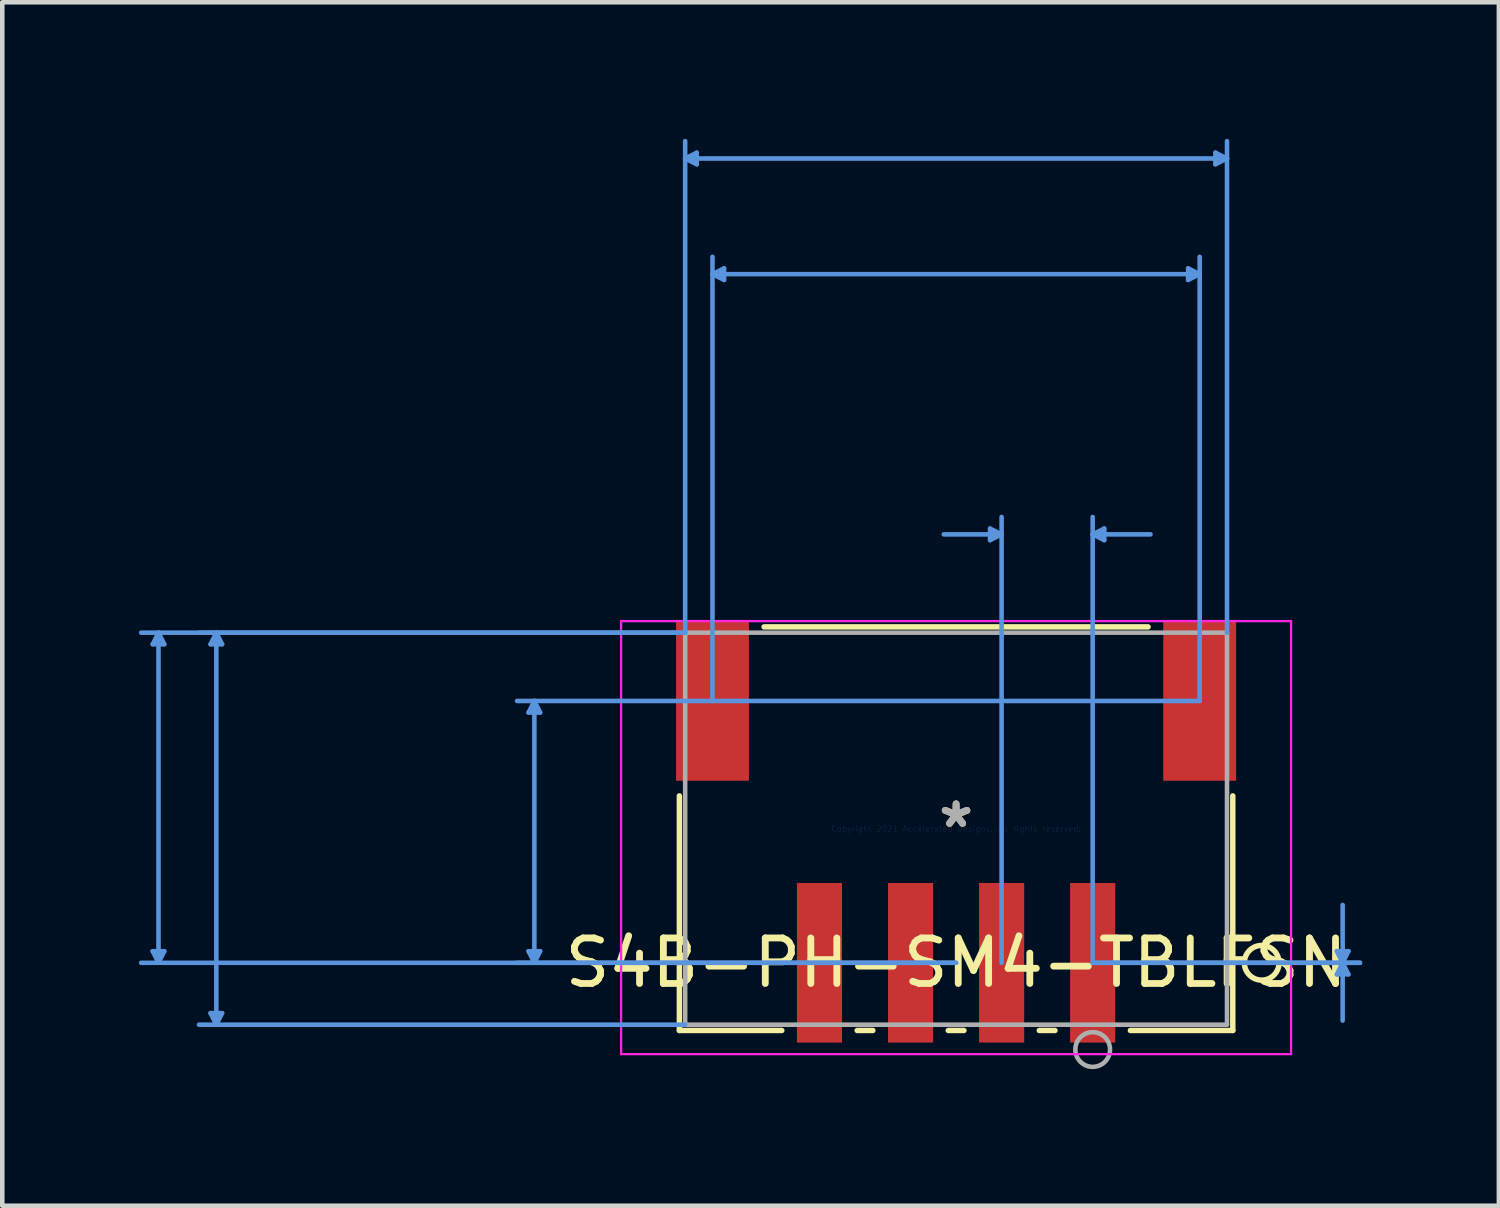
<source format=kicad_pcb>
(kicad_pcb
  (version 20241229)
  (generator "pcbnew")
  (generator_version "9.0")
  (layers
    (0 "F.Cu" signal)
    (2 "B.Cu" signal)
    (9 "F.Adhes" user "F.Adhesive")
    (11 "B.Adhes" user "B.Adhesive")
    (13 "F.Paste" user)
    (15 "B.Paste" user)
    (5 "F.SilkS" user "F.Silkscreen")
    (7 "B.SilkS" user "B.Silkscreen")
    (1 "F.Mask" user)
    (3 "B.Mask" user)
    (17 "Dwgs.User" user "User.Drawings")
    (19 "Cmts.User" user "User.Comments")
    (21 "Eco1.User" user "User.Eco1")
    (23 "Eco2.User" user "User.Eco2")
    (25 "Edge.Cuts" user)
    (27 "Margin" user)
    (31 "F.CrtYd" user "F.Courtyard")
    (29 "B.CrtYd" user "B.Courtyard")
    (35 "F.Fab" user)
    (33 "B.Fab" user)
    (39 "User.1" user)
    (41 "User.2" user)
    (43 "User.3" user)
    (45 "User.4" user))
  (footprint "S4B-PH-SM4-TBLFSN"
    (layer "F.Cu")
    (at 17.948 15.15)
    (property "Reference" "S4B-PH-SM4-TBLFSN" (at 0.000001 2.945 0) (layer "F.SilkS") (effects (font (size 1 1) (thickness 0.15))))
    (attr through_hole)
    (fp_line (start -6.077 -0.72) (end -6.077 4.432) (stroke (width 0.12) (type solid)) (layer "F.SilkS"))
    (fp_line (start -6.077 4.432) (end -3.828 4.432) (stroke (width 0.12) (type solid)) (layer "F.SilkS"))
    (fp_line (start -2.172 4.432) (end -1.828 4.432) (stroke (width 0.12) (type solid)) (layer "F.SilkS"))
    (fp_line (start -0.172 4.432) (end 0.172 4.432) (stroke (width 0.12) (type solid)) (layer "F.SilkS"))
    (fp_line (start 1.828 4.432) (end 2.172 4.432) (stroke (width 0.12) (type solid)) (layer "F.SilkS"))
    (fp_line (start 3.828 4.432) (end 6.077 4.432) (stroke (width 0.12) (type solid)) (layer "F.SilkS"))
    (fp_line (start 4.217 -4.432) (end -4.217 -4.432) (stroke (width 0.12) (type solid)) (layer "F.SilkS"))
    (fp_line (start 6.077 4.432) (end 6.077 -0.72) (stroke (width 0.12) (type solid)) (layer "F.SilkS"))
    (fp_circle (center 6.712 2.945) (end 7.093 2.945) (stroke (width 0.12) (type solid)) (fill no) (layer "F.SilkS"))
    (fp_line (start -17.644 -4.051) (end -17.39 -4.051) (stroke (width 0.1) (type solid)) (layer "Cmts.User"))
    (fp_line (start -17.644 2.691) (end -17.39 2.691) (stroke (width 0.1) (type solid)) (layer "Cmts.User"))
    (fp_line (start -17.517 -4.305) (end -17.644 -4.051) (stroke (width 0.1) (type solid)) (layer "Cmts.User"))
    (fp_line (start -17.517 -4.305) (end -17.517 2.945) (stroke (width 0.1) (type solid)) (layer "Cmts.User"))
    (fp_line (start -17.517 -4.305) (end -17.39 -4.051) (stroke (width 0.1) (type solid)) (layer "Cmts.User"))
    (fp_line (start -17.517 2.945) (end -17.644 2.691) (stroke (width 0.1) (type solid)) (layer "Cmts.User"))
    (fp_line (start -17.517 2.945) (end -17.39 2.691) (stroke (width 0.1) (type solid)) (layer "Cmts.User"))
    (fp_line (start -16.374 -4.051) (end -16.12 -4.051) (stroke (width 0.1) (type solid)) (layer "Cmts.User"))
    (fp_line (start -16.374 4.051) (end -16.12 4.051) (stroke (width 0.1) (type solid)) (layer "Cmts.User"))
    (fp_line (start -16.247 -4.305) (end -16.374 -4.051) (stroke (width 0.1) (type solid)) (layer "Cmts.User"))
    (fp_line (start -16.247 -4.305) (end -16.247 4.305) (stroke (width 0.1) (type solid)) (layer "Cmts.User"))
    (fp_line (start -16.247 -4.305) (end -16.12 -4.051) (stroke (width 0.1) (type solid)) (layer "Cmts.User"))
    (fp_line (start -16.247 4.305) (end -16.374 4.051) (stroke (width 0.1) (type solid)) (layer "Cmts.User"))
    (fp_line (start -16.247 4.305) (end -16.12 4.051) (stroke (width 0.1) (type solid)) (layer "Cmts.User"))
    (fp_line (start -9.389 -2.551) (end -9.135 -2.551) (stroke (width 0.1) (type solid)) (layer "Cmts.User"))
    (fp_line (start -9.389 2.691) (end -9.135 2.691) (stroke (width 0.1) (type solid)) (layer "Cmts.User"))
    (fp_line (start -9.262 -2.805) (end -9.389 -2.551) (stroke (width 0.1) (type solid)) (layer "Cmts.User"))
    (fp_line (start -9.262 -2.805) (end -9.262 2.945) (stroke (width 0.1) (type solid)) (layer "Cmts.User"))
    (fp_line (start -9.262 -2.805) (end -9.135 -2.551) (stroke (width 0.1) (type solid)) (layer "Cmts.User"))
    (fp_line (start -9.262 2.945) (end -9.389 2.691) (stroke (width 0.1) (type solid)) (layer "Cmts.User"))
    (fp_line (start -9.262 2.945) (end -9.135 2.691) (stroke (width 0.1) (type solid)) (layer "Cmts.User"))
    (fp_line (start -5.95 -14.719) (end -5.696 -14.846) (stroke (width 0.1) (type solid)) (layer "Cmts.User"))
    (fp_line (start -5.95 -14.719) (end -5.696 -14.592) (stroke (width 0.1) (type solid)) (layer "Cmts.User"))
    (fp_line (start -5.95 -14.719) (end 5.95 -14.719) (stroke (width 0.1) (type solid)) (layer "Cmts.User"))
    (fp_line (start -5.95 -4.305) (end -17.898 -4.305) (stroke (width 0.1) (type solid)) (layer "Cmts.User"))
    (fp_line (start -5.95 -4.305) (end -16.628 -4.305) (stroke (width 0.1) (type solid)) (layer "Cmts.User"))
    (fp_line (start -5.95 -4.305) (end -5.95 -15.1) (stroke (width 0.1) (type solid)) (layer "Cmts.User"))
    (fp_line (start -5.95 4.305) (end -16.628 4.305) (stroke (width 0.1) (type solid)) (layer "Cmts.User"))
    (fp_line (start -5.696 -14.846) (end -5.696 -14.592) (stroke (width 0.1) (type solid)) (layer "Cmts.User"))
    (fp_line (start -5.35 -12.179) (end -5.096 -12.306) (stroke (width 0.1) (type solid)) (layer "Cmts.User"))
    (fp_line (start -5.35 -12.179) (end -5.096 -12.052) (stroke (width 0.1) (type solid)) (layer "Cmts.User"))
    (fp_line (start -5.35 -12.179) (end 5.35 -12.179) (stroke (width 0.1) (type solid)) (layer "Cmts.User"))
    (fp_line (start -5.35 -2.805) (end -5.35 -12.56) (stroke (width 0.1) (type solid)) (layer "Cmts.User"))
    (fp_line (start -5.096 -12.306) (end -5.096 -12.052) (stroke (width 0.1) (type solid)) (layer "Cmts.User"))
    (fp_line (start 0.000001 2.945) (end -17.898 2.945) (stroke (width 0.1) (type solid)) (layer "Cmts.User"))
    (fp_line (start 0.000001 2.945) (end -9.643 2.945) (stroke (width 0.1) (type solid)) (layer "Cmts.User"))
    (fp_line (start 0.746 -6.591) (end 0.746 -6.337) (stroke (width 0.1) (type solid)) (layer "Cmts.User"))
    (fp_line (start 1 -6.464) (end -0.27 -6.464) (stroke (width 0.1) (type solid)) (layer "Cmts.User"))
    (fp_line (start 1 -6.464) (end 0.746 -6.591) (stroke (width 0.1) (type solid)) (layer "Cmts.User"))
    (fp_line (start 1 -6.464) (end 0.746 -6.337) (stroke (width 0.1) (type solid)) (layer "Cmts.User"))
    (fp_line (start 1 2.945) (end 1 -6.845) (stroke (width 0.1) (type solid)) (layer "Cmts.User"))
    (fp_line (start 3 -6.464) (end 3.254 -6.591) (stroke (width 0.1) (type solid)) (layer "Cmts.User"))
    (fp_line (start 3 -6.464) (end 3.254 -6.337) (stroke (width 0.1) (type solid)) (layer "Cmts.User"))
    (fp_line (start 3 -6.464) (end 4.27 -6.464) (stroke (width 0.1) (type solid)) (layer "Cmts.User"))
    (fp_line (start 3 2.945) (end 3 -6.845) (stroke (width 0.1) (type solid)) (layer "Cmts.User"))
    (fp_line (start 3 2.945) (end 8.871 2.945) (stroke (width 0.1) (type solid)) (layer "Cmts.User"))
    (fp_line (start 3 2.945) (end 8.871 2.945) (stroke (width 0.1) (type solid)) (layer "Cmts.User"))
    (fp_line (start 3.254 -6.591) (end 3.254 -6.337) (stroke (width 0.1) (type solid)) (layer "Cmts.User"))
    (fp_line (start 5.096 -12.306) (end 5.096 -12.052) (stroke (width 0.1) (type solid)) (layer "Cmts.User"))
    (fp_line (start 5.35 -12.179) (end 5.096 -12.306) (stroke (width 0.1) (type solid)) (layer "Cmts.User"))
    (fp_line (start 5.35 -12.179) (end 5.096 -12.052) (stroke (width 0.1) (type solid)) (layer "Cmts.User"))
    (fp_line (start 5.35 -2.805) (end -9.643 -2.805) (stroke (width 0.1) (type solid)) (layer "Cmts.User"))
    (fp_line (start 5.35 -2.805) (end 5.35 -12.56) (stroke (width 0.1) (type solid)) (layer "Cmts.User"))
    (fp_line (start 5.696 -14.846) (end 5.696 -14.592) (stroke (width 0.1) (type solid)) (layer "Cmts.User"))
    (fp_line (start 5.95 -14.719) (end 5.696 -14.846) (stroke (width 0.1) (type solid)) (layer "Cmts.User"))
    (fp_line (start 5.95 -14.719) (end 5.696 -14.592) (stroke (width 0.1) (type solid)) (layer "Cmts.User"))
    (fp_line (start 5.95 -4.305) (end 5.95 -15.1) (stroke (width 0.1) (type solid)) (layer "Cmts.User"))
    (fp_line (start 8.363 2.691) (end 8.617 2.691) (stroke (width 0.1) (type solid)) (layer "Cmts.User"))
    (fp_line (start 8.363 3.199) (end 8.617 3.199) (stroke (width 0.1) (type solid)) (layer "Cmts.User"))
    (fp_line (start 8.49 2.945) (end 8.363 2.691) (stroke (width 0.1) (type solid)) (layer "Cmts.User"))
    (fp_line (start 8.49 2.945) (end 8.363 3.199) (stroke (width 0.1) (type solid)) (layer "Cmts.User"))
    (fp_line (start 8.49 2.945) (end 8.49 1.675) (stroke (width 0.1) (type solid)) (layer "Cmts.User"))
    (fp_line (start 8.49 2.945) (end 8.49 4.215) (stroke (width 0.1) (type solid)) (layer "Cmts.User"))
    (fp_line (start 8.49 2.945) (end 8.617 2.691) (stroke (width 0.1) (type solid)) (layer "Cmts.User"))
    (fp_line (start 8.49 2.945) (end 8.617 3.199) (stroke (width 0.1) (type solid)) (layer "Cmts.User"))
    (fp_line (start -7.357 -4.559) (end -7.357 4.951) (stroke (width 0.05) (type solid)) (layer "F.CrtYd"))
    (fp_line (start -7.357 4.951) (end 7.357 4.951) (stroke (width 0.05) (type solid)) (layer "F.CrtYd"))
    (fp_line (start 7.357 -4.559) (end -7.357 -4.559) (stroke (width 0.05) (type solid)) (layer "F.CrtYd"))
    (fp_line (start 7.357 4.951) (end 7.357 -4.559) (stroke (width 0.05) (type solid)) (layer "F.CrtYd"))
    (fp_line (start -5.95 -4.305) (end -5.95 4.305) (stroke (width 0.1) (type solid)) (layer "F.Fab"))
    (fp_line (start -5.95 4.305) (end 5.95 4.305) (stroke (width 0.1) (type solid)) (layer "F.Fab"))
    (fp_line (start 5.95 -4.305) (end -5.95 -4.305) (stroke (width 0.1) (type solid)) (layer "F.Fab"))
    (fp_line (start 5.95 4.305) (end 5.95 -4.305) (stroke (width 0.1) (type solid)) (layer "F.Fab"))
    (fp_circle (center 3 4.85) (end 3.381 4.85) (stroke (width 0.1) (type solid)) (fill no) (layer "F.Fab"))
    (fp_text user "*" (at 0 0 0) (layer "F.SilkS") (effects (font (size 1 1) (thickness 0.15))))
    (fp_text user "Copyright 2021 Accelerated Designs. All rights reserved." (at 0 0 0) (layer "Cmts.User") (effects (font (size 0.127 0.127) (thickness 0.002))))
    (fp_text user "*" (at 0 0 0) (layer "F.Fab") (effects (font (size 1 1) (thickness 0.15))))
    (pad "1" smd rect (at 3 2.945) (size 0.991 3.505) (layers "F.Cu" "F.Mask" "F.Paste"))
    (pad "2" smd rect (at 1 2.945) (size 0.991 3.505) (layers "F.Cu" "F.Mask" "F.Paste"))
    (pad "3" smd rect (at -1 2.945) (size 0.991 3.505) (layers "F.Cu" "F.Mask" "F.Paste"))
    (pad "4" smd rect (at -3 2.945) (size 0.991 3.505) (layers "F.Cu" "F.Mask" "F.Paste"))
    (pad "5" smd rect (at -5.35 -2.805 90) (size 3.505 1.6) (layers "F.Cu" "F.Mask" "F.Paste"))
    (pad "6" smd rect (at 5.35 -2.805 90) (size 3.505 1.6) (layers "F.Cu" "F.Mask" "F.Paste")))
  (gr_rect
    (start -3 -3)
    (end 29.869 23.431)
    (stroke (width 0.1) (type default))
    (fill no)
    (layer "Edge.Cuts")))
</source>
